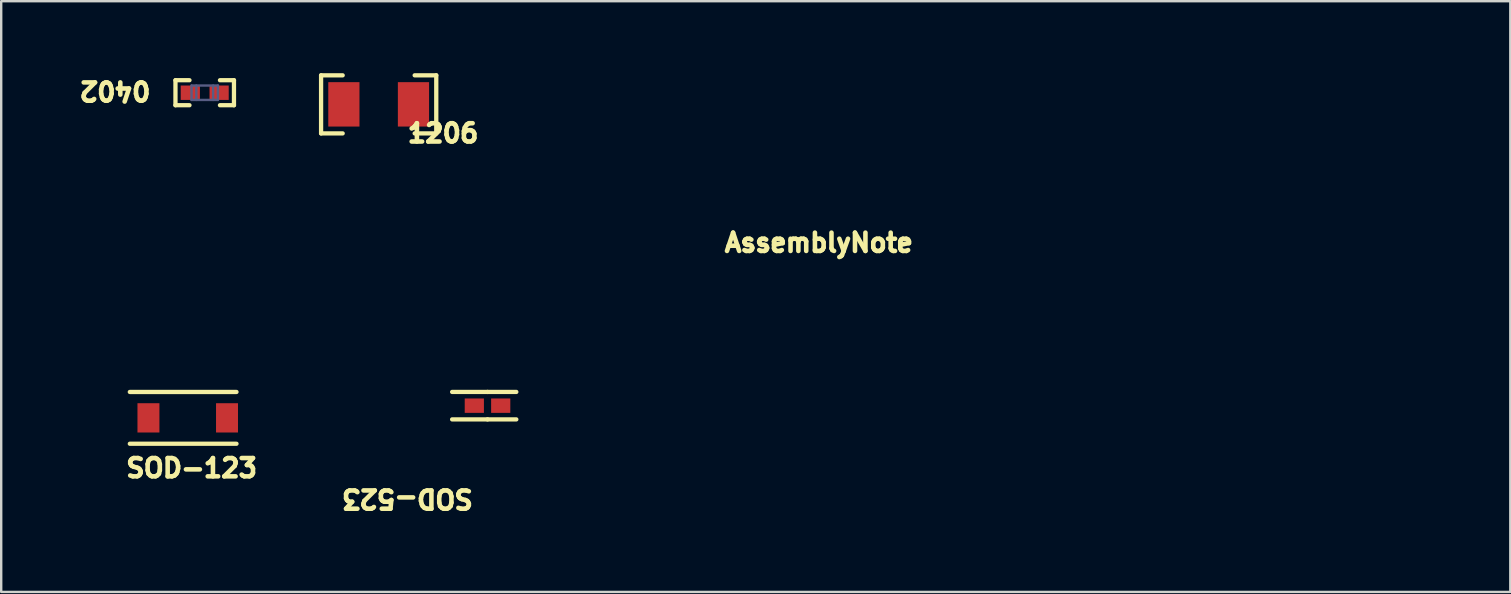
<source format=kicad_pcb>
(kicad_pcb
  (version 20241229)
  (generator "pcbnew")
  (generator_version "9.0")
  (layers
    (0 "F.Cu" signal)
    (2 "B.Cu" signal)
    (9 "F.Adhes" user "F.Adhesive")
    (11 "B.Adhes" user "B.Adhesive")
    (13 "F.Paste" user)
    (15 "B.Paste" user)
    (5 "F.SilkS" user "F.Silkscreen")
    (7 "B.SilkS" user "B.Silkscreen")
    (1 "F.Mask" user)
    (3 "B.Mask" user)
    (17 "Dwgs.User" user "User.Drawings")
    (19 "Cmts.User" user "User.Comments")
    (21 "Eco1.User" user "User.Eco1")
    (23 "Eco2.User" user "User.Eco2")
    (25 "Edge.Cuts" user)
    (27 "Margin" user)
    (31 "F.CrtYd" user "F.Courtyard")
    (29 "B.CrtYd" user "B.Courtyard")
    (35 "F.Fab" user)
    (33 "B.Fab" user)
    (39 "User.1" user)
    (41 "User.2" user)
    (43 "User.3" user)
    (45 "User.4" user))
  (footprint "AssemblyNote"
    (layer "F.Cu")
    (at 27.301 8.78)
    (property "Reference" "AssemblyNote" (at -0.254 -1.27 0) (unlocked yes) (layer "F.SilkS") (effects (font (size 0.762 0.762) (thickness 0.254) (bold yes)) (justify left bottom)))
    (property "Value" "These assemblies are ESD sensitive, ESD precautions shall be observed." (at 36.03 14.491 0) (unlocked yes) (layer "F.SilkS") (hide yes) (effects (font (size 0.762 0.762) (thickness 0.254)) (justify left bottom)))
    (fp_text user "${REFERENCE}" (at -4.191 0.508 0) (unlocked yes) (layer "User.5") (effects (font (size 1.016 1.016) (thickness 0.178))))
    (fp_text user "${VALUE}" (at 1.143 0.508 0) (unlocked yes) (layer "User.5") (effects (font (size 1.016 1.016) (thickness 0.178)))))
  (footprint "SOD-123"
    (layer "F.Cu")
    (at 4.773 14.363)
    (property "Reference" "SOD-123" (at -2.667 2.54 0) (unlocked yes) (layer "F.SilkS") (effects (font (size 0.762 0.762) (thickness 0.254) (bold yes)) (justify left bottom)))
    (fp_line (start -2.413 -1.079) (end 2.032 -1.079) (stroke (width 0.178) (type solid)) (layer "F.SilkS"))
    (fp_line (start -2.413 1.079) (end 2.032 1.079) (stroke (width 0.178) (type solid)) (layer "F.SilkS"))
    (fp_line (start -2.413 -1.079) (end 2.032 -1.079) (stroke (width 0.127) (type solid)) (layer "User.5"))
    (fp_line (start -2.413 1.079) (end 2.032 1.079) (stroke (width 0.127) (type solid)) (layer "User.5"))
    (fp_line (start 2.032 1.079) (end 2.032 -1.079) (stroke (width 0.127) (type solid)) (layer "User.5"))
    (fp_text user "${REFERENCE}" (at -1.956 0.33 0) (unlocked yes) (layer "User.5") (effects (font (size 0.762 0.762) (thickness 0.127))))
    (pad "1" smd rect (at -1.637 0 180) (size 0.915 1.22) (layers "F.Cu" "F.Mask" "F.Paste"))
    (pad "2" smd rect (at 1.637 0 180) (size 0.915 1.22) (layers "F.Cu" "F.Mask" "F.Paste")))
  (footprint "SOD-523"
    (layer "F.Cu")
    (at 17.266 13.855)
    (property "Reference" "SOD-523" (at -0.508 3.429 180) (unlocked yes) (layer "F.SilkS") (effects (font (size 0.762 0.762) (thickness 0.254) (bold yes)) (justify left bottom)))
    (fp_line (start -1.475 -0.572) (end 0 -0.572) (stroke (width 0.178) (type solid)) (layer "F.SilkS"))
    (fp_line (start -1.475 0.572) (end 0 0.572) (stroke (width 0.178) (type solid)) (layer "F.SilkS"))
    (fp_line (start 0 -0.572) (end 1.2 -0.572) (stroke (width 0.178) (type solid)) (layer "F.SilkS"))
    (fp_line (start 0 0.572) (end 1.2 0.572) (stroke (width 0.178) (type solid)) (layer "F.SilkS"))
    (fp_line (start -1.475 -0.559) (end 0 -0.559) (stroke (width 0.127) (type solid)) (layer "User.6"))
    (fp_line (start -1.475 0.546) (end 0 0.546) (stroke (width 0.127) (type solid)) (layer "User.6"))
    (fp_line (start 0 0.546) (end 1.2 0.546) (stroke (width 0.127) (type solid)) (layer "User.6"))
    (fp_line (start 1.2 -0.546) (end 0 -0.559) (stroke (width 0.127) (type solid)) (layer "User.6"))
    (fp_line (start 1.2 0.546) (end 1.2 -0.546) (stroke (width 0.127) (type solid)) (layer "User.6"))
    (fp_text user "${REFERENCE}" (at -0.991 0.279 180) (unlocked yes) (layer "User.6") (effects (font (size 0.559 0.559) (thickness 0.102))))
    (pad "1" smd rect (at -0.55 0 270) (size 0.6 0.8) (layers "F.Cu" "F.Mask" "F.Paste"))
    (pad "2" smd rect (at 0.55 0 270) (size 0.6 0.8) (layers "F.Cu" "F.Mask" "F.Paste")))
  (footprint "1206"
    (layer "F.Cu")
    (at 12.73 1.299)
    (property "Reference" "1206" (at 1.105 1.651 0) (unlocked yes) (layer "F.SilkS") (effects (font (size 0.762 0.762) (thickness 0.254) (bold yes)) (justify left bottom)))
    (fp_line (start -2.4 -1.21) (end -2.4 1.21) (stroke (width 0.178) (type solid)) (layer "F.SilkS"))
    (fp_line (start -1.5 -1.21) (end -2.4 -1.21) (stroke (width 0.178) (type solid)) (layer "F.SilkS"))
    (fp_line (start -1.5 1.21) (end -2.4 1.21) (stroke (width 0.178) (type solid)) (layer "F.SilkS"))
    (fp_line (start 2.4 -1.21) (end 1.5 -1.21) (stroke (width 0.178) (type solid)) (layer "F.SilkS"))
    (fp_line (start 2.4 -1.21) (end 2.4 1.21) (stroke (width 0.178) (type solid)) (layer "F.SilkS"))
    (fp_line (start 2.4 1.21) (end 1.5 1.21) (stroke (width 0.178) (type solid)) (layer "F.SilkS"))
    (fp_line (start -2.35 -1.175) (end -2.35 1.175) (stroke (width 0.1) (type solid)) (layer "Eco1.User"))
    (fp_line (start -1.7 -0.9) (end -1.7 0.9) (stroke (width 0.1) (type solid)) (layer "Eco1.User"))
    (fp_line (start -1.2 -0.9) (end -1.2 0.9) (stroke (width 0.1) (type solid)) (layer "Eco1.User"))
    (fp_line (start 0 -0.5) (end 0 0.5) (stroke (width 0.1) (type solid)) (layer "Eco1.User"))
    (fp_line (start 0.5 0) (end -0.5 0) (stroke (width 0.1) (type solid)) (layer "Eco1.User"))
    (fp_line (start 1.2 -0.9) (end 1.2 0.9) (stroke (width 0.1) (type solid)) (layer "Eco1.User"))
    (fp_line (start 1.7 -0.9) (end -1.7 -0.9) (stroke (width 0.1) (type solid)) (layer "Eco1.User"))
    (fp_line (start 1.7 -0.9) (end 1.7 0.9) (stroke (width 0.1) (type solid)) (layer "Eco1.User"))
    (fp_line (start 1.7 0.9) (end -1.7 0.9) (stroke (width 0.1) (type solid)) (layer "Eco1.User"))
    (fp_line (start 2.35 -1.175) (end -2.35 -1.175) (stroke (width 0.1) (type solid)) (layer "Eco1.User"))
    (fp_line (start 2.35 -1.175) (end 2.35 1.175) (stroke (width 0.1) (type solid)) (layer "Eco1.User"))
    (fp_line (start 2.35 1.175) (end -2.35 1.175) (stroke (width 0.1) (type solid)) (layer "Eco1.User"))
    (fp_line (start -1.7 -0.9) (end -1.7 0.9) (stroke (width 0.1) (type solid)) (layer "User.6"))
    (fp_line (start 1.7 -0.9) (end -1.7 -0.9) (stroke (width 0.1) (type solid)) (layer "User.6"))
    (fp_line (start 1.7 -0.9) (end 1.7 0.9) (stroke (width 0.1) (type solid)) (layer "User.6"))
    (fp_line (start 1.7 0.9) (end -1.7 0.9) (stroke (width 0.1) (type solid)) (layer "User.6"))
    (fp_text user "${REFERENCE}" (at 0.978 -0.381 0) (unlocked yes) (layer "User.6") (effects (font (size 0.813 0.813) (thickness 0.127))))
    (pad "1" smd rect (at -1.45 0 270) (size 1.85 1.3) (layers "F.Cu" "F.Mask" "F.Paste"))
    (pad "2" smd rect (at 1.45 0 270) (size 1.85 1.3) (layers "F.Cu" "F.Mask" "F.Paste")))
  (footprint "0402"
    (layer "F.Cu")
    (at 5.481 0.814)
    (property "Reference" "0402" (at -2.159 -0.533 180) (unlocked yes) (layer "F.SilkS") (effects (font (size 0.762 0.762) (thickness 0.254) (bold yes)) (justify left bottom)))
    (fp_line (start -1.219 -0.521) (end -1.219 0.521) (stroke (width 0.178) (type solid)) (layer "F.SilkS"))
    (fp_line (start -0.635 -0.521) (end -1.219 -0.521) (stroke (width 0.178) (type solid)) (layer "F.SilkS"))
    (fp_line (start -0.635 0.521) (end -1.219 0.521) (stroke (width 0.178) (type solid)) (layer "F.SilkS"))
    (fp_line (start 1.219 -0.521) (end 0.635 -0.521) (stroke (width 0.178) (type solid)) (layer "F.SilkS"))
    (fp_line (start 1.219 -0.521) (end 1.219 0.521) (stroke (width 0.178) (type solid)) (layer "F.SilkS"))
    (fp_line (start 1.219 0.521) (end 0.635 0.521) (stroke (width 0.178) (type solid)) (layer "F.SilkS"))
    (fp_line (start -1.25 -0.55) (end -1.25 0.55) (stroke (width 0.1) (type solid)) (layer "Eco1.User"))
    (fp_line (start 0 -0.3) (end 0 0.3) (stroke (width 0.1) (type solid)) (layer "Eco1.User"))
    (fp_line (start 0.3 0) (end -0.3 0) (stroke (width 0.1) (type solid)) (layer "Eco1.User"))
    (fp_line (start 1.25 -0.55) (end -1.25 -0.55) (stroke (width 0.1) (type solid)) (layer "Eco1.User"))
    (fp_line (start 1.25 -0.55) (end 1.25 0.55) (stroke (width 0.1) (type solid)) (layer "Eco1.User"))
    (fp_line (start 1.25 0.55) (end -1.25 0.55) (stroke (width 0.1) (type solid)) (layer "Eco1.User"))
    (fp_line (start -0.55 -0.3) (end -0.55 0.3) (stroke (width 0.1) (type solid)) (layer "B.Fab"))
    (fp_line (start -0.35 -0.3) (end -0.35 0.3) (stroke (width 0.1) (type solid)) (layer "B.Fab"))
    (fp_line (start 0.35 -0.3) (end 0.35 0.3) (stroke (width 0.1) (type solid)) (layer "B.Fab"))
    (fp_line (start 0.55 -0.3) (end -0.55 -0.3) (stroke (width 0.1) (type solid)) (layer "B.Fab"))
    (fp_line (start 0.55 -0.3) (end 0.55 0.3) (stroke (width 0.1) (type solid)) (layer "B.Fab"))
    (fp_line (start 0.55 0.3) (end -0.55 0.3) (stroke (width 0.1) (type solid)) (layer "B.Fab"))
    (fp_line (start -1.25 -0.55) (end -1.25 0.55) (stroke (width 0.1) (type solid)) (layer "User.5"))
    (fp_line (start 1.25 -0.55) (end -1.25 -0.55) (stroke (width 0.1) (type solid)) (layer "User.5"))
    (fp_line (start 1.25 -0.55) (end 1.25 0.55) (stroke (width 0.1) (type solid)) (layer "User.5"))
    (fp_line (start 1.25 0.55) (end -1.25 0.55) (stroke (width 0.1) (type solid)) (layer "User.5"))
    (fp_text user "${REFERENCE}" (at 0.508 -0.279 180) (unlocked yes) (layer "User.5") (effects (font (size 0.61 0.61) (thickness 0.102))))
    (pad "1" smd rect (at -0.6 0 90) (size 0.6 0.8) (layers "F.Cu" "F.Mask" "F.Paste"))
    (pad "2" smd rect (at 0.6 0 90) (size 0.6 0.8) (layers "F.Cu" "F.Mask" "F.Paste")))
  (gr_rect
    (start -3 -3)
    (end 59.888 21.617)
    (stroke (width 0.1) (type default))
    (fill no)
    (layer "Edge.Cuts")))
</source>
